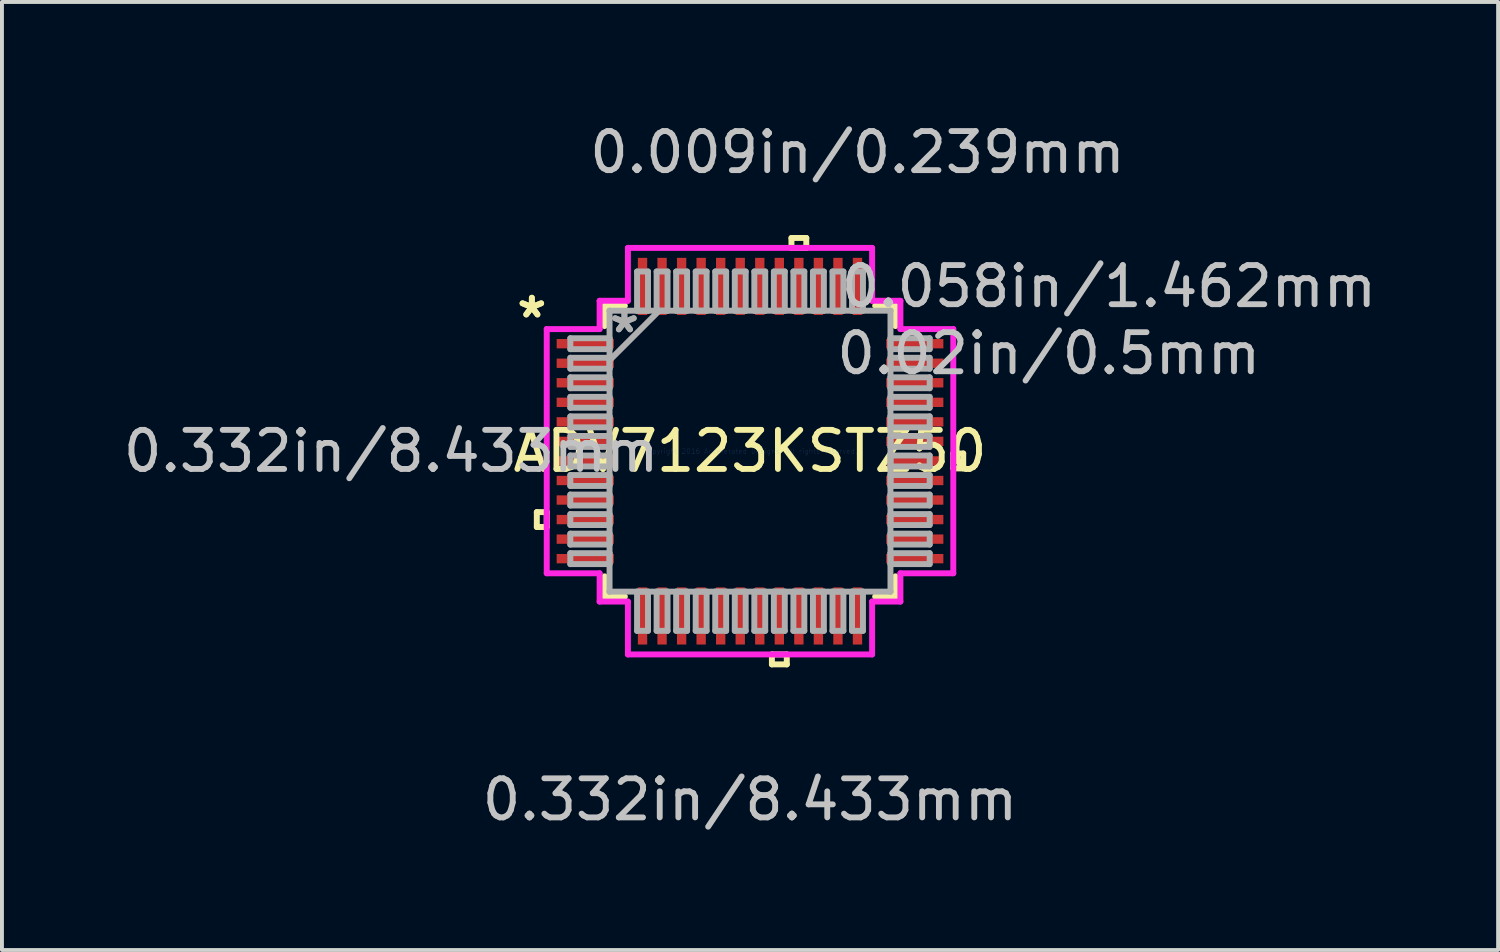
<source format=kicad_pcb>
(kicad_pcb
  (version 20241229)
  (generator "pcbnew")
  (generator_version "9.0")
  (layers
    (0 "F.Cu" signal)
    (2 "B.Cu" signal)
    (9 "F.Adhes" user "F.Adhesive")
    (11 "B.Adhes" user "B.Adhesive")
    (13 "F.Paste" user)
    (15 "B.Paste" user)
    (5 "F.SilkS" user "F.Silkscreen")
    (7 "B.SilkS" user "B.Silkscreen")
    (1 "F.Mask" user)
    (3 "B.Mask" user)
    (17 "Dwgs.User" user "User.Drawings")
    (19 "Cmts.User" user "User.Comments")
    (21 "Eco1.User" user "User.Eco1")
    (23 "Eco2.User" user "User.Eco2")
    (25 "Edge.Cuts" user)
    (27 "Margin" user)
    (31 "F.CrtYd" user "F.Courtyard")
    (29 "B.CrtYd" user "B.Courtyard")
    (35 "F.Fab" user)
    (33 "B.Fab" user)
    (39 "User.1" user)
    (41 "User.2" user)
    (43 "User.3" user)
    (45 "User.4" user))
  (footprint "ADV7123KSTZ50"
    (layer "F.Cu")
    (at 16.14 8.494)
    (property "Reference" "ADV7123KSTZ50" (at 0 0 0) (layer "F.SilkS") (effects (font (size 1 1) (thickness 0.15))))
    (attr through_hole)
    (fp_line (start -5.455 1.559) (end -5.455 1.94) (stroke (width 0.152) (type solid)) (layer "F.SilkS"))
    (fp_line (start -5.455 1.94) (end -5.201 1.94) (stroke (width 0.152) (type solid)) (layer "F.SilkS"))
    (fp_line (start -5.201 1.559) (end -5.455 1.559) (stroke (width 0.152) (type solid)) (layer "F.SilkS"))
    (fp_line (start -5.201 1.94) (end -5.201 1.559) (stroke (width 0.152) (type solid)) (layer "F.SilkS"))
    (fp_line (start -3.721 -3.721) (end -3.721 -3.202) (stroke (width 0.152) (type solid)) (layer "F.SilkS"))
    (fp_line (start -3.721 3.202) (end -3.721 3.721) (stroke (width 0.152) (type solid)) (layer "F.SilkS"))
    (fp_line (start -3.721 3.721) (end -3.202 3.721) (stroke (width 0.152) (type solid)) (layer "F.SilkS"))
    (fp_line (start -3.202 -3.721) (end -3.721 -3.721) (stroke (width 0.152) (type solid)) (layer "F.SilkS"))
    (fp_line (start 0.56 5.201) (end 0.56 5.455) (stroke (width 0.152) (type solid)) (layer "F.SilkS"))
    (fp_line (start 0.56 5.455) (end 0.941 5.455) (stroke (width 0.152) (type solid)) (layer "F.SilkS"))
    (fp_line (start 0.941 5.201) (end 0.56 5.201) (stroke (width 0.152) (type solid)) (layer "F.SilkS"))
    (fp_line (start 0.941 5.455) (end 0.941 5.201) (stroke (width 0.152) (type solid)) (layer "F.SilkS"))
    (fp_line (start 1.06 -5.455) (end 1.44 -5.455) (stroke (width 0.152) (type solid)) (layer "F.SilkS"))
    (fp_line (start 1.06 -5.201) (end 1.06 -5.455) (stroke (width 0.152) (type solid)) (layer "F.SilkS"))
    (fp_line (start 1.44 -5.455) (end 1.44 -5.201) (stroke (width 0.152) (type solid)) (layer "F.SilkS"))
    (fp_line (start 1.44 -5.201) (end 1.06 -5.201) (stroke (width 0.152) (type solid)) (layer "F.SilkS"))
    (fp_line (start 3.202 3.721) (end 3.721 3.721) (stroke (width 0.152) (type solid)) (layer "F.SilkS"))
    (fp_line (start 3.721 -3.721) (end 3.202 -3.721) (stroke (width 0.152) (type solid)) (layer "F.SilkS"))
    (fp_line (start 3.721 -3.202) (end 3.721 -3.721) (stroke (width 0.152) (type solid)) (layer "F.SilkS"))
    (fp_line (start 3.721 3.721) (end 3.721 3.202) (stroke (width 0.152) (type solid)) (layer "F.SilkS"))
    (fp_line (start 5.201 0.059) (end 5.455 0.059) (stroke (width 0.152) (type solid)) (layer "F.SilkS"))
    (fp_line (start 5.201 0.441) (end 5.201 0.059) (stroke (width 0.152) (type solid)) (layer "F.SilkS"))
    (fp_line (start 5.455 0.059) (end 5.455 0.441) (stroke (width 0.152) (type solid)) (layer "F.SilkS"))
    (fp_line (start 5.455 0.441) (end 5.201 0.441) (stroke (width 0.152) (type solid)) (layer "F.SilkS"))
    (fp_line (start -5.201 -3.124) (end -3.848 -3.124) (stroke (width 0.152) (type solid)) (layer "F.CrtYd"))
    (fp_line (start -5.201 3.124) (end -5.201 -3.124) (stroke (width 0.152) (type solid)) (layer "F.CrtYd"))
    (fp_line (start -3.848 -3.848) (end -3.124 -3.848) (stroke (width 0.152) (type solid)) (layer "F.CrtYd"))
    (fp_line (start -3.848 -3.124) (end -3.848 -3.848) (stroke (width 0.152) (type solid)) (layer "F.CrtYd"))
    (fp_line (start -3.848 3.124) (end -5.201 3.124) (stroke (width 0.152) (type solid)) (layer "F.CrtYd"))
    (fp_line (start -3.848 3.848) (end -3.848 3.124) (stroke (width 0.152) (type solid)) (layer "F.CrtYd"))
    (fp_line (start -3.124 -5.201) (end 3.124 -5.201) (stroke (width 0.152) (type solid)) (layer "F.CrtYd"))
    (fp_line (start -3.124 -3.848) (end -3.124 -5.201) (stroke (width 0.152) (type solid)) (layer "F.CrtYd"))
    (fp_line (start -3.124 3.848) (end -3.848 3.848) (stroke (width 0.152) (type solid)) (layer "F.CrtYd"))
    (fp_line (start -3.124 5.201) (end -3.124 3.848) (stroke (width 0.152) (type solid)) (layer "F.CrtYd"))
    (fp_line (start 3.124 -5.201) (end 3.124 -3.848) (stroke (width 0.152) (type solid)) (layer "F.CrtYd"))
    (fp_line (start 3.124 -3.848) (end 3.848 -3.848) (stroke (width 0.152) (type solid)) (layer "F.CrtYd"))
    (fp_line (start 3.124 3.848) (end 3.124 5.201) (stroke (width 0.152) (type solid)) (layer "F.CrtYd"))
    (fp_line (start 3.124 5.201) (end -3.124 5.201) (stroke (width 0.152) (type solid)) (layer "F.CrtYd"))
    (fp_line (start 3.848 -3.848) (end 3.848 -3.124) (stroke (width 0.152) (type solid)) (layer "F.CrtYd"))
    (fp_line (start 3.848 -3.124) (end 5.201 -3.124) (stroke (width 0.152) (type solid)) (layer "F.CrtYd"))
    (fp_line (start 3.848 3.124) (end 3.848 3.848) (stroke (width 0.152) (type solid)) (layer "F.CrtYd"))
    (fp_line (start 3.848 3.848) (end 3.124 3.848) (stroke (width 0.152) (type solid)) (layer "F.CrtYd"))
    (fp_line (start 5.201 -3.124) (end 5.201 3.124) (stroke (width 0.152) (type solid)) (layer "F.CrtYd"))
    (fp_line (start 5.201 3.124) (end 3.848 3.124) (stroke (width 0.152) (type solid)) (layer "F.CrtYd"))
    (fp_line (start -4.597 -2.89) (end -4.597 -2.61) (stroke (width 0.152) (type solid)) (layer "F.Fab"))
    (fp_line (start -4.597 -2.61) (end -3.594 -2.61) (stroke (width 0.152) (type solid)) (layer "F.Fab"))
    (fp_line (start -4.597 -2.39) (end -4.597 -2.11) (stroke (width 0.152) (type solid)) (layer "F.Fab"))
    (fp_line (start -4.597 -2.11) (end -3.594 -2.11) (stroke (width 0.152) (type solid)) (layer "F.Fab"))
    (fp_line (start -4.597 -1.89) (end -4.597 -1.61) (stroke (width 0.152) (type solid)) (layer "F.Fab"))
    (fp_line (start -4.597 -1.61) (end -3.594 -1.61) (stroke (width 0.152) (type solid)) (layer "F.Fab"))
    (fp_line (start -4.597 -1.39) (end -4.597 -1.11) (stroke (width 0.152) (type solid)) (layer "F.Fab"))
    (fp_line (start -4.597 -1.11) (end -3.594 -1.11) (stroke (width 0.152) (type solid)) (layer "F.Fab"))
    (fp_line (start -4.597 -0.89) (end -4.597 -0.61) (stroke (width 0.152) (type solid)) (layer "F.Fab"))
    (fp_line (start -4.597 -0.61) (end -3.594 -0.61) (stroke (width 0.152) (type solid)) (layer "F.Fab"))
    (fp_line (start -4.597 -0.39) (end -4.597 -0.11) (stroke (width 0.152) (type solid)) (layer "F.Fab"))
    (fp_line (start -4.597 -0.11) (end -3.594 -0.11) (stroke (width 0.152) (type solid)) (layer "F.Fab"))
    (fp_line (start -4.597 0.11) (end -4.597 0.39) (stroke (width 0.152) (type solid)) (layer "F.Fab"))
    (fp_line (start -4.597 0.39) (end -3.594 0.39) (stroke (width 0.152) (type solid)) (layer "F.Fab"))
    (fp_line (start -4.597 0.61) (end -4.597 0.89) (stroke (width 0.152) (type solid)) (layer "F.Fab"))
    (fp_line (start -4.597 0.89) (end -3.594 0.89) (stroke (width 0.152) (type solid)) (layer "F.Fab"))
    (fp_line (start -4.597 1.11) (end -4.597 1.39) (stroke (width 0.152) (type solid)) (layer "F.Fab"))
    (fp_line (start -4.597 1.39) (end -3.594 1.39) (stroke (width 0.152) (type solid)) (layer "F.Fab"))
    (fp_line (start -4.597 1.61) (end -4.597 1.89) (stroke (width 0.152) (type solid)) (layer "F.Fab"))
    (fp_line (start -4.597 1.89) (end -3.594 1.89) (stroke (width 0.152) (type solid)) (layer "F.Fab"))
    (fp_line (start -4.597 2.11) (end -4.597 2.39) (stroke (width 0.152) (type solid)) (layer "F.Fab"))
    (fp_line (start -4.597 2.39) (end -3.594 2.39) (stroke (width 0.152) (type solid)) (layer "F.Fab"))
    (fp_line (start -4.597 2.61) (end -4.597 2.89) (stroke (width 0.152) (type solid)) (layer "F.Fab"))
    (fp_line (start -4.597 2.89) (end -3.594 2.89) (stroke (width 0.152) (type solid)) (layer "F.Fab"))
    (fp_line (start -3.594 -3.594) (end -3.594 -3.594) (stroke (width 0.152) (type solid)) (layer "F.Fab"))
    (fp_line (start -3.594 -3.594) (end -3.594 3.594) (stroke (width 0.152) (type solid)) (layer "F.Fab"))
    (fp_line (start -3.594 -2.89) (end -4.597 -2.89) (stroke (width 0.152) (type solid)) (layer "F.Fab"))
    (fp_line (start -3.594 -2.61) (end -3.594 -2.89) (stroke (width 0.152) (type solid)) (layer "F.Fab"))
    (fp_line (start -3.594 -2.39) (end -4.597 -2.39) (stroke (width 0.152) (type solid)) (layer "F.Fab"))
    (fp_line (start -3.594 -2.324) (end -2.324 -3.594) (stroke (width 0.152) (type solid)) (layer "F.Fab"))
    (fp_line (start -3.594 -2.11) (end -3.594 -2.39) (stroke (width 0.152) (type solid)) (layer "F.Fab"))
    (fp_line (start -3.594 -1.89) (end -4.597 -1.89) (stroke (width 0.152) (type solid)) (layer "F.Fab"))
    (fp_line (start -3.594 -1.61) (end -3.594 -1.89) (stroke (width 0.152) (type solid)) (layer "F.Fab"))
    (fp_line (start -3.594 -1.39) (end -4.597 -1.39) (stroke (width 0.152) (type solid)) (layer "F.Fab"))
    (fp_line (start -3.594 -1.11) (end -3.594 -1.39) (stroke (width 0.152) (type solid)) (layer "F.Fab"))
    (fp_line (start -3.594 -0.89) (end -4.597 -0.89) (stroke (width 0.152) (type solid)) (layer "F.Fab"))
    (fp_line (start -3.594 -0.61) (end -3.594 -0.89) (stroke (width 0.152) (type solid)) (layer "F.Fab"))
    (fp_line (start -3.594 -0.39) (end -4.597 -0.39) (stroke (width 0.152) (type solid)) (layer "F.Fab"))
    (fp_line (start -3.594 -0.11) (end -3.594 -0.39) (stroke (width 0.152) (type solid)) (layer "F.Fab"))
    (fp_line (start -3.594 0.11) (end -4.597 0.11) (stroke (width 0.152) (type solid)) (layer "F.Fab"))
    (fp_line (start -3.594 0.39) (end -3.594 0.11) (stroke (width 0.152) (type solid)) (layer "F.Fab"))
    (fp_line (start -3.594 0.61) (end -4.597 0.61) (stroke (width 0.152) (type solid)) (layer "F.Fab"))
    (fp_line (start -3.594 0.89) (end -3.594 0.61) (stroke (width 0.152) (type solid)) (layer "F.Fab"))
    (fp_line (start -3.594 1.11) (end -4.597 1.11) (stroke (width 0.152) (type solid)) (layer "F.Fab"))
    (fp_line (start -3.594 1.39) (end -3.594 1.11) (stroke (width 0.152) (type solid)) (layer "F.Fab"))
    (fp_line (start -3.594 1.61) (end -4.597 1.61) (stroke (width 0.152) (type solid)) (layer "F.Fab"))
    (fp_line (start -3.594 1.89) (end -3.594 1.61) (stroke (width 0.152) (type solid)) (layer "F.Fab"))
    (fp_line (start -3.594 2.11) (end -4.597 2.11) (stroke (width 0.152) (type solid)) (layer "F.Fab"))
    (fp_line (start -3.594 2.39) (end -3.594 2.11) (stroke (width 0.152) (type solid)) (layer "F.Fab"))
    (fp_line (start -3.594 2.61) (end -4.597 2.61) (stroke (width 0.152) (type solid)) (layer "F.Fab"))
    (fp_line (start -3.594 2.89) (end -3.594 2.61) (stroke (width 0.152) (type solid)) (layer "F.Fab"))
    (fp_line (start -3.594 3.594) (end -3.594 3.594) (stroke (width 0.152) (type solid)) (layer "F.Fab"))
    (fp_line (start -3.594 3.594) (end 3.594 3.594) (stroke (width 0.152) (type solid)) (layer "F.Fab"))
    (fp_line (start -2.89 -4.597) (end -2.89 -3.594) (stroke (width 0.152) (type solid)) (layer "F.Fab"))
    (fp_line (start -2.89 -3.594) (end -2.61 -3.594) (stroke (width 0.152) (type solid)) (layer "F.Fab"))
    (fp_line (start -2.89 3.594) (end -2.89 4.597) (stroke (width 0.152) (type solid)) (layer "F.Fab"))
    (fp_line (start -2.89 4.597) (end -2.61 4.597) (stroke (width 0.152) (type solid)) (layer "F.Fab"))
    (fp_line (start -2.61 -4.597) (end -2.89 -4.597) (stroke (width 0.152) (type solid)) (layer "F.Fab"))
    (fp_line (start -2.61 -3.594) (end -2.61 -4.597) (stroke (width 0.152) (type solid)) (layer "F.Fab"))
    (fp_line (start -2.61 3.594) (end -2.89 3.594) (stroke (width 0.152) (type solid)) (layer "F.Fab"))
    (fp_line (start -2.61 4.597) (end -2.61 3.594) (stroke (width 0.152) (type solid)) (layer "F.Fab"))
    (fp_line (start -2.39 -4.597) (end -2.39 -3.594) (stroke (width 0.152) (type solid)) (layer "F.Fab"))
    (fp_line (start -2.39 -3.594) (end -2.11 -3.594) (stroke (width 0.152) (type solid)) (layer "F.Fab"))
    (fp_line (start -2.39 3.594) (end -2.39 4.597) (stroke (width 0.152) (type solid)) (layer "F.Fab"))
    (fp_line (start -2.39 4.597) (end -2.11 4.597) (stroke (width 0.152) (type solid)) (layer "F.Fab"))
    (fp_line (start -2.11 -4.597) (end -2.39 -4.597) (stroke (width 0.152) (type solid)) (layer "F.Fab"))
    (fp_line (start -2.11 -3.594) (end -2.11 -4.597) (stroke (width 0.152) (type solid)) (layer "F.Fab"))
    (fp_line (start -2.11 3.594) (end -2.39 3.594) (stroke (width 0.152) (type solid)) (layer "F.Fab"))
    (fp_line (start -2.11 4.597) (end -2.11 3.594) (stroke (width 0.152) (type solid)) (layer "F.Fab"))
    (fp_line (start -1.89 -4.597) (end -1.89 -3.594) (stroke (width 0.152) (type solid)) (layer "F.Fab"))
    (fp_line (start -1.89 -3.594) (end -1.61 -3.594) (stroke (width 0.152) (type solid)) (layer "F.Fab"))
    (fp_line (start -1.89 3.594) (end -1.89 4.597) (stroke (width 0.152) (type solid)) (layer "F.Fab"))
    (fp_line (start -1.89 4.597) (end -1.61 4.597) (stroke (width 0.152) (type solid)) (layer "F.Fab"))
    (fp_line (start -1.61 -4.597) (end -1.89 -4.597) (stroke (width 0.152) (type solid)) (layer "F.Fab"))
    (fp_line (start -1.61 -3.594) (end -1.61 -4.597) (stroke (width 0.152) (type solid)) (layer "F.Fab"))
    (fp_line (start -1.61 3.594) (end -1.89 3.594) (stroke (width 0.152) (type solid)) (layer "F.Fab"))
    (fp_line (start -1.61 4.597) (end -1.61 3.594) (stroke (width 0.152) (type solid)) (layer "F.Fab"))
    (fp_line (start -1.39 -4.597) (end -1.39 -3.594) (stroke (width 0.152) (type solid)) (layer "F.Fab"))
    (fp_line (start -1.39 -3.594) (end -1.11 -3.594) (stroke (width 0.152) (type solid)) (layer "F.Fab"))
    (fp_line (start -1.39 3.594) (end -1.39 4.597) (stroke (width 0.152) (type solid)) (layer "F.Fab"))
    (fp_line (start -1.39 4.597) (end -1.11 4.597) (stroke (width 0.152) (type solid)) (layer "F.Fab"))
    (fp_line (start -1.11 -4.597) (end -1.39 -4.597) (stroke (width 0.152) (type solid)) (layer "F.Fab"))
    (fp_line (start -1.11 -3.594) (end -1.11 -4.597) (stroke (width 0.152) (type solid)) (layer "F.Fab"))
    (fp_line (start -1.11 3.594) (end -1.39 3.594) (stroke (width 0.152) (type solid)) (layer "F.Fab"))
    (fp_line (start -1.11 4.597) (end -1.11 3.594) (stroke (width 0.152) (type solid)) (layer "F.Fab"))
    (fp_line (start -0.89 -4.597) (end -0.89 -3.594) (stroke (width 0.152) (type solid)) (layer "F.Fab"))
    (fp_line (start -0.89 -3.594) (end -0.61 -3.594) (stroke (width 0.152) (type solid)) (layer "F.Fab"))
    (fp_line (start -0.89 3.594) (end -0.89 4.597) (stroke (width 0.152) (type solid)) (layer "F.Fab"))
    (fp_line (start -0.89 4.597) (end -0.61 4.597) (stroke (width 0.152) (type solid)) (layer "F.Fab"))
    (fp_line (start -0.61 -4.597) (end -0.89 -4.597) (stroke (width 0.152) (type solid)) (layer "F.Fab"))
    (fp_line (start -0.61 -3.594) (end -0.61 -4.597) (stroke (width 0.152) (type solid)) (layer "F.Fab"))
    (fp_line (start -0.61 3.594) (end -0.89 3.594) (stroke (width 0.152) (type solid)) (layer "F.Fab"))
    (fp_line (start -0.61 4.597) (end -0.61 3.594) (stroke (width 0.152) (type solid)) (layer "F.Fab"))
    (fp_line (start -0.39 -4.597) (end -0.39 -3.594) (stroke (width 0.152) (type solid)) (layer "F.Fab"))
    (fp_line (start -0.39 -3.594) (end -0.11 -3.594) (stroke (width 0.152) (type solid)) (layer "F.Fab"))
    (fp_line (start -0.39 3.594) (end -0.39 4.597) (stroke (width 0.152) (type solid)) (layer "F.Fab"))
    (fp_line (start -0.39 4.597) (end -0.11 4.597) (stroke (width 0.152) (type solid)) (layer "F.Fab"))
    (fp_line (start -0.11 -4.597) (end -0.39 -4.597) (stroke (width 0.152) (type solid)) (layer "F.Fab"))
    (fp_line (start -0.11 -3.594) (end -0.11 -4.597) (stroke (width 0.152) (type solid)) (layer "F.Fab"))
    (fp_line (start -0.11 3.594) (end -0.39 3.594) (stroke (width 0.152) (type solid)) (layer "F.Fab"))
    (fp_line (start -0.11 4.597) (end -0.11 3.594) (stroke (width 0.152) (type solid)) (layer "F.Fab"))
    (fp_line (start 0.11 -4.597) (end 0.11 -3.594) (stroke (width 0.152) (type solid)) (layer "F.Fab"))
    (fp_line (start 0.11 -3.594) (end 0.39 -3.594) (stroke (width 0.152) (type solid)) (layer "F.Fab"))
    (fp_line (start 0.11 3.594) (end 0.11 4.597) (stroke (width 0.152) (type solid)) (layer "F.Fab"))
    (fp_line (start 0.11 4.597) (end 0.39 4.597) (stroke (width 0.152) (type solid)) (layer "F.Fab"))
    (fp_line (start 0.39 -4.597) (end 0.11 -4.597) (stroke (width 0.152) (type solid)) (layer "F.Fab"))
    (fp_line (start 0.39 -3.594) (end 0.39 -4.597) (stroke (width 0.152) (type solid)) (layer "F.Fab"))
    (fp_line (start 0.39 3.594) (end 0.11 3.594) (stroke (width 0.152) (type solid)) (layer "F.Fab"))
    (fp_line (start 0.39 4.597) (end 0.39 3.594) (stroke (width 0.152) (type solid)) (layer "F.Fab"))
    (fp_line (start 0.61 -4.597) (end 0.61 -3.594) (stroke (width 0.152) (type solid)) (layer "F.Fab"))
    (fp_line (start 0.61 -3.594) (end 0.89 -3.594) (stroke (width 0.152) (type solid)) (layer "F.Fab"))
    (fp_line (start 0.61 3.594) (end 0.61 4.597) (stroke (width 0.152) (type solid)) (layer "F.Fab"))
    (fp_line (start 0.61 4.597) (end 0.89 4.597) (stroke (width 0.152) (type solid)) (layer "F.Fab"))
    (fp_line (start 0.89 -4.597) (end 0.61 -4.597) (stroke (width 0.152) (type solid)) (layer "F.Fab"))
    (fp_line (start 0.89 -3.594) (end 0.89 -4.597) (stroke (width 0.152) (type solid)) (layer "F.Fab"))
    (fp_line (start 0.89 3.594) (end 0.61 3.594) (stroke (width 0.152) (type solid)) (layer "F.Fab"))
    (fp_line (start 0.89 4.597) (end 0.89 3.594) (stroke (width 0.152) (type solid)) (layer "F.Fab"))
    (fp_line (start 1.11 -4.597) (end 1.11 -3.594) (stroke (width 0.152) (type solid)) (layer "F.Fab"))
    (fp_line (start 1.11 -3.594) (end 1.39 -3.594) (stroke (width 0.152) (type solid)) (layer "F.Fab"))
    (fp_line (start 1.11 3.594) (end 1.11 4.597) (stroke (width 0.152) (type solid)) (layer "F.Fab"))
    (fp_line (start 1.11 4.597) (end 1.39 4.597) (stroke (width 0.152) (type solid)) (layer "F.Fab"))
    (fp_line (start 1.39 -4.597) (end 1.11 -4.597) (stroke (width 0.152) (type solid)) (layer "F.Fab"))
    (fp_line (start 1.39 -3.594) (end 1.39 -4.597) (stroke (width 0.152) (type solid)) (layer "F.Fab"))
    (fp_line (start 1.39 3.594) (end 1.11 3.594) (stroke (width 0.152) (type solid)) (layer "F.Fab"))
    (fp_line (start 1.39 4.597) (end 1.39 3.594) (stroke (width 0.152) (type solid)) (layer "F.Fab"))
    (fp_line (start 1.61 -4.597) (end 1.61 -3.594) (stroke (width 0.152) (type solid)) (layer "F.Fab"))
    (fp_line (start 1.61 -3.594) (end 1.89 -3.594) (stroke (width 0.152) (type solid)) (layer "F.Fab"))
    (fp_line (start 1.61 3.594) (end 1.61 4.597) (stroke (width 0.152) (type solid)) (layer "F.Fab"))
    (fp_line (start 1.61 4.597) (end 1.89 4.597) (stroke (width 0.152) (type solid)) (layer "F.Fab"))
    (fp_line (start 1.89 -4.597) (end 1.61 -4.597) (stroke (width 0.152) (type solid)) (layer "F.Fab"))
    (fp_line (start 1.89 -3.594) (end 1.89 -4.597) (stroke (width 0.152) (type solid)) (layer "F.Fab"))
    (fp_line (start 1.89 3.594) (end 1.61 3.594) (stroke (width 0.152) (type solid)) (layer "F.Fab"))
    (fp_line (start 1.89 4.597) (end 1.89 3.594) (stroke (width 0.152) (type solid)) (layer "F.Fab"))
    (fp_line (start 2.11 -4.597) (end 2.11 -3.594) (stroke (width 0.152) (type solid)) (layer "F.Fab"))
    (fp_line (start 2.11 -3.594) (end 2.39 -3.594) (stroke (width 0.152) (type solid)) (layer "F.Fab"))
    (fp_line (start 2.11 3.594) (end 2.11 4.597) (stroke (width 0.152) (type solid)) (layer "F.Fab"))
    (fp_line (start 2.11 4.597) (end 2.39 4.597) (stroke (width 0.152) (type solid)) (layer "F.Fab"))
    (fp_line (start 2.39 -4.597) (end 2.11 -4.597) (stroke (width 0.152) (type solid)) (layer "F.Fab"))
    (fp_line (start 2.39 -3.594) (end 2.39 -4.597) (stroke (width 0.152) (type solid)) (layer "F.Fab"))
    (fp_line (start 2.39 3.594) (end 2.11 3.594) (stroke (width 0.152) (type solid)) (layer "F.Fab"))
    (fp_line (start 2.39 4.597) (end 2.39 3.594) (stroke (width 0.152) (type solid)) (layer "F.Fab"))
    (fp_line (start 2.61 -4.597) (end 2.61 -3.594) (stroke (width 0.152) (type solid)) (layer "F.Fab"))
    (fp_line (start 2.61 -3.594) (end 2.89 -3.594) (stroke (width 0.152) (type solid)) (layer "F.Fab"))
    (fp_line (start 2.61 3.594) (end 2.61 4.597) (stroke (width 0.152) (type solid)) (layer "F.Fab"))
    (fp_line (start 2.61 4.597) (end 2.89 4.597) (stroke (width 0.152) (type solid)) (layer "F.Fab"))
    (fp_line (start 2.89 -4.597) (end 2.61 -4.597) (stroke (width 0.152) (type solid)) (layer "F.Fab"))
    (fp_line (start 2.89 -3.594) (end 2.89 -4.597) (stroke (width 0.152) (type solid)) (layer "F.Fab"))
    (fp_line (start 2.89 3.594) (end 2.61 3.594) (stroke (width 0.152) (type solid)) (layer "F.Fab"))
    (fp_line (start 2.89 4.597) (end 2.89 3.594) (stroke (width 0.152) (type solid)) (layer "F.Fab"))
    (fp_line (start 3.594 -3.594) (end -3.594 -3.594) (stroke (width 0.152) (type solid)) (layer "F.Fab"))
    (fp_line (start 3.594 -3.594) (end 3.594 -3.594) (stroke (width 0.152) (type solid)) (layer "F.Fab"))
    (fp_line (start 3.594 -2.89) (end 3.594 -2.61) (stroke (width 0.152) (type solid)) (layer "F.Fab"))
    (fp_line (start 3.594 -2.61) (end 4.597 -2.61) (stroke (width 0.152) (type solid)) (layer "F.Fab"))
    (fp_line (start 3.594 -2.39) (end 3.594 -2.11) (stroke (width 0.152) (type solid)) (layer "F.Fab"))
    (fp_line (start 3.594 -2.11) (end 4.597 -2.11) (stroke (width 0.152) (type solid)) (layer "F.Fab"))
    (fp_line (start 3.594 -1.89) (end 3.594 -1.61) (stroke (width 0.152) (type solid)) (layer "F.Fab"))
    (fp_line (start 3.594 -1.61) (end 4.597 -1.61) (stroke (width 0.152) (type solid)) (layer "F.Fab"))
    (fp_line (start 3.594 -1.39) (end 3.594 -1.11) (stroke (width 0.152) (type solid)) (layer "F.Fab"))
    (fp_line (start 3.594 -1.11) (end 4.597 -1.11) (stroke (width 0.152) (type solid)) (layer "F.Fab"))
    (fp_line (start 3.594 -0.89) (end 3.594 -0.61) (stroke (width 0.152) (type solid)) (layer "F.Fab"))
    (fp_line (start 3.594 -0.61) (end 4.597 -0.61) (stroke (width 0.152) (type solid)) (layer "F.Fab"))
    (fp_line (start 3.594 -0.39) (end 3.594 -0.11) (stroke (width 0.152) (type solid)) (layer "F.Fab"))
    (fp_line (start 3.594 -0.11) (end 4.597 -0.11) (stroke (width 0.152) (type solid)) (layer "F.Fab"))
    (fp_line (start 3.594 0.11) (end 3.594 0.39) (stroke (width 0.152) (type solid)) (layer "F.Fab"))
    (fp_line (start 3.594 0.39) (end 4.597 0.39) (stroke (width 0.152) (type solid)) (layer "F.Fab"))
    (fp_line (start 3.594 0.61) (end 3.594 0.89) (stroke (width 0.152) (type solid)) (layer "F.Fab"))
    (fp_line (start 3.594 0.89) (end 4.597 0.89) (stroke (width 0.152) (type solid)) (layer "F.Fab"))
    (fp_line (start 3.594 1.11) (end 3.594 1.39) (stroke (width 0.152) (type solid)) (layer "F.Fab"))
    (fp_line (start 3.594 1.39) (end 4.597 1.39) (stroke (width 0.152) (type solid)) (layer "F.Fab"))
    (fp_line (start 3.594 1.61) (end 3.594 1.89) (stroke (width 0.152) (type solid)) (layer "F.Fab"))
    (fp_line (start 3.594 1.89) (end 4.597 1.89) (stroke (width 0.152) (type solid)) (layer "F.Fab"))
    (fp_line (start 3.594 2.11) (end 3.594 2.39) (stroke (width 0.152) (type solid)) (layer "F.Fab"))
    (fp_line (start 3.594 2.39) (end 4.597 2.39) (stroke (width 0.152) (type solid)) (layer "F.Fab"))
    (fp_line (start 3.594 2.61) (end 3.594 2.89) (stroke (width 0.152) (type solid)) (layer "F.Fab"))
    (fp_line (start 3.594 2.89) (end 4.597 2.89) (stroke (width 0.152) (type solid)) (layer "F.Fab"))
    (fp_line (start 3.594 3.594) (end 3.594 -3.594) (stroke (width 0.152) (type solid)) (layer "F.Fab"))
    (fp_line (start 3.594 3.594) (end 3.594 3.594) (stroke (width 0.152) (type solid)) (layer "F.Fab"))
    (fp_line (start 4.597 -2.89) (end 3.594 -2.89) (stroke (width 0.152) (type solid)) (layer "F.Fab"))
    (fp_line (start 4.597 -2.61) (end 4.597 -2.89) (stroke (width 0.152) (type solid)) (layer "F.Fab"))
    (fp_line (start 4.597 -2.39) (end 3.594 -2.39) (stroke (width 0.152) (type solid)) (layer "F.Fab"))
    (fp_line (start 4.597 -2.11) (end 4.597 -2.39) (stroke (width 0.152) (type solid)) (layer "F.Fab"))
    (fp_line (start 4.597 -1.89) (end 3.594 -1.89) (stroke (width 0.152) (type solid)) (layer "F.Fab"))
    (fp_line (start 4.597 -1.61) (end 4.597 -1.89) (stroke (width 0.152) (type solid)) (layer "F.Fab"))
    (fp_line (start 4.597 -1.39) (end 3.594 -1.39) (stroke (width 0.152) (type solid)) (layer "F.Fab"))
    (fp_line (start 4.597 -1.11) (end 4.597 -1.39) (stroke (width 0.152) (type solid)) (layer "F.Fab"))
    (fp_line (start 4.597 -0.89) (end 3.594 -0.89) (stroke (width 0.152) (type solid)) (layer "F.Fab"))
    (fp_line (start 4.597 -0.61) (end 4.597 -0.89) (stroke (width 0.152) (type solid)) (layer "F.Fab"))
    (fp_line (start 4.597 -0.39) (end 3.594 -0.39) (stroke (width 0.152) (type solid)) (layer "F.Fab"))
    (fp_line (start 4.597 -0.11) (end 4.597 -0.39) (stroke (width 0.152) (type solid)) (layer "F.Fab"))
    (fp_line (start 4.597 0.11) (end 3.594 0.11) (stroke (width 0.152) (type solid)) (layer "F.Fab"))
    (fp_line (start 4.597 0.39) (end 4.597 0.11) (stroke (width 0.152) (type solid)) (layer "F.Fab"))
    (fp_line (start 4.597 0.61) (end 3.594 0.61) (stroke (width 0.152) (type solid)) (layer "F.Fab"))
    (fp_line (start 4.597 0.89) (end 4.597 0.61) (stroke (width 0.152) (type solid)) (layer "F.Fab"))
    (fp_line (start 4.597 1.11) (end 3.594 1.11) (stroke (width 0.152) (type solid)) (layer "F.Fab"))
    (fp_line (start 4.597 1.39) (end 4.597 1.11) (stroke (width 0.152) (type solid)) (layer "F.Fab"))
    (fp_line (start 4.597 1.61) (end 3.594 1.61) (stroke (width 0.152) (type solid)) (layer "F.Fab"))
    (fp_line (start 4.597 1.89) (end 4.597 1.61) (stroke (width 0.152) (type solid)) (layer "F.Fab"))
    (fp_line (start 4.597 2.11) (end 3.594 2.11) (stroke (width 0.152) (type solid)) (layer "F.Fab"))
    (fp_line (start 4.597 2.39) (end 4.597 2.11) (stroke (width 0.152) (type solid)) (layer "F.Fab"))
    (fp_line (start 4.597 2.61) (end 3.594 2.61) (stroke (width 0.152) (type solid)) (layer "F.Fab"))
    (fp_line (start 4.597 2.89) (end 4.597 2.61) (stroke (width 0.152) (type solid)) (layer "F.Fab"))
    (fp_text user "*" (at -5.582 -3.381 0) (layer "F.SilkS") (effects (font (size 1 1) (thickness 0.15))))
    (fp_text user "*" (at -5.582 -3.381 0) (layer "F.SilkS") (effects (font (size 1 1) (thickness 0.15))))
    (fp_text user "0.332in/8.433mm" (at -9.182 0 0) (layer "Dwgs.User") (effects (font (size 1 1) (thickness 0.15))))
    (fp_text user "0.009in/0.239mm" (at 2.75 -7.645 0) (layer "Dwgs.User") (effects (font (size 1 1) (thickness 0.15))))
    (fp_text user "0.02in/0.5mm" (at 7.645 -2.5 0) (layer "Dwgs.User") (effects (font (size 1 1) (thickness 0.15))))
    (fp_text user "0.058in/1.462mm" (at 9.182 -4.216 0) (layer "Dwgs.User") (effects (font (size 1 1) (thickness 0.15))))
    (fp_text user "0.332in/8.433mm" (at 0 8.915 0) (layer "Dwgs.User") (effects (font (size 1 1) (thickness 0.15))))
    (fp_text user "Copyright 2016 Accelerated Designs. All rights reserved." (at 0 0 0) (layer "Cmts.User") (effects (font (size 0.127 0.127) (thickness 0.002))))
    (fp_text user "*" (at -3.213 -3 0) (layer "F.Fab") (effects (font (size 1 1) (thickness 0.15))))
    (fp_text user "*" (at -3.213 -3 0) (layer "F.Fab") (effects (font (size 1 1) (thickness 0.15))))
    (pad "1" smd rect (at -4.216 -2.75 90) (size 0.239 1.462) (layers "F.Cu" "F.Mask" "F.Paste"))
    (pad "2" smd rect (at -4.216 -2.25 90) (size 0.239 1.462) (layers "F.Cu" "F.Mask" "F.Paste"))
    (pad "3" smd rect (at -4.216 -1.75 90) (size 0.239 1.462) (layers "F.Cu" "F.Mask" "F.Paste"))
    (pad "4" smd rect (at -4.216 -1.25 90) (size 0.239 1.462) (layers "F.Cu" "F.Mask" "F.Paste"))
    (pad "5" smd rect (at -4.216 -0.75 90) (size 0.239 1.462) (layers "F.Cu" "F.Mask" "F.Paste"))
    (pad "6" smd rect (at -4.216 -0.25 90) (size 0.239 1.462) (layers "F.Cu" "F.Mask" "F.Paste"))
    (pad "7" smd rect (at -4.216 0.25 90) (size 0.239 1.462) (layers "F.Cu" "F.Mask" "F.Paste"))
    (pad "8" smd rect (at -4.216 0.75 90) (size 0.239 1.462) (layers "F.Cu" "F.Mask" "F.Paste"))
    (pad "9" smd rect (at -4.216 1.25 90) (size 0.239 1.462) (layers "F.Cu" "F.Mask" "F.Paste"))
    (pad "10" smd rect (at -4.216 1.75 90) (size 0.239 1.462) (layers "F.Cu" "F.Mask" "F.Paste"))
    (pad "11" smd rect (at -4.216 2.25 90) (size 0.239 1.462) (layers "F.Cu" "F.Mask" "F.Paste"))
    (pad "12" smd rect (at -4.216 2.75 90) (size 0.239 1.462) (layers "F.Cu" "F.Mask" "F.Paste"))
    (pad "13" smd rect (at -2.75 4.216) (size 0.239 1.462) (layers "F.Cu" "F.Mask" "F.Paste"))
    (pad "14" smd rect (at -2.25 4.216) (size 0.239 1.462) (layers "F.Cu" "F.Mask" "F.Paste"))
    (pad "15" smd rect (at -1.75 4.216) (size 0.239 1.462) (layers "F.Cu" "F.Mask" "F.Paste"))
    (pad "16" smd rect (at -1.25 4.216) (size 0.239 1.462) (layers "F.Cu" "F.Mask" "F.Paste"))
    (pad "17" smd rect (at -0.75 4.216) (size 0.239 1.462) (layers "F.Cu" "F.Mask" "F.Paste"))
    (pad "18" smd rect (at -0.25 4.216) (size 0.239 1.462) (layers "F.Cu" "F.Mask" "F.Paste"))
    (pad "19" smd rect (at 0.25 4.216) (size 0.239 1.462) (layers "F.Cu" "F.Mask" "F.Paste"))
    (pad "20" smd rect (at 0.75 4.216) (size 0.239 1.462) (layers "F.Cu" "F.Mask" "F.Paste"))
    (pad "21" smd rect (at 1.25 4.216) (size 0.239 1.462) (layers "F.Cu" "F.Mask" "F.Paste"))
    (pad "22" smd rect (at 1.75 4.216) (size 0.239 1.462) (layers "F.Cu" "F.Mask" "F.Paste"))
    (pad "23" smd rect (at 2.25 4.216) (size 0.239 1.462) (layers "F.Cu" "F.Mask" "F.Paste"))
    (pad "24" smd rect (at 2.75 4.216) (size 0.239 1.462) (layers "F.Cu" "F.Mask" "F.Paste"))
    (pad "25" smd rect (at 4.216 2.75 90) (size 0.239 1.462) (layers "F.Cu" "F.Mask" "F.Paste"))
    (pad "26" smd rect (at 4.216 2.25 90) (size 0.239 1.462) (layers "F.Cu" "F.Mask" "F.Paste"))
    (pad "27" smd rect (at 4.216 1.75 90) (size 0.239 1.462) (layers "F.Cu" "F.Mask" "F.Paste"))
    (pad "28" smd rect (at 4.216 1.25 90) (size 0.239 1.462) (layers "F.Cu" "F.Mask" "F.Paste"))
    (pad "29" smd rect (at 4.216 0.75 90) (size 0.239 1.462) (layers "F.Cu" "F.Mask" "F.Paste"))
    (pad "30" smd rect (at 4.216 0.25 90) (size 0.239 1.462) (layers "F.Cu" "F.Mask" "F.Paste"))
    (pad "31" smd rect (at 4.216 -0.25 90) (size 0.239 1.462) (layers "F.Cu" "F.Mask" "F.Paste"))
    (pad "32" smd rect (at 4.216 -0.75 90) (size 0.239 1.462) (layers "F.Cu" "F.Mask" "F.Paste"))
    (pad "33" smd rect (at 4.216 -1.25 90) (size 0.239 1.462) (layers "F.Cu" "F.Mask" "F.Paste"))
    (pad "34" smd rect (at 4.216 -1.75 90) (size 0.239 1.462) (layers "F.Cu" "F.Mask" "F.Paste"))
    (pad "35" smd rect (at 4.216 -2.25 90) (size 0.239 1.462) (layers "F.Cu" "F.Mask" "F.Paste"))
    (pad "36" smd rect (at 4.216 -2.75 90) (size 0.239 1.462) (layers "F.Cu" "F.Mask" "F.Paste"))
    (pad "37" smd rect (at 2.75 -4.216) (size 0.239 1.462) (layers "F.Cu" "F.Mask" "F.Paste"))
    (pad "38" smd rect (at 2.25 -4.216) (size 0.239 1.462) (layers "F.Cu" "F.Mask" "F.Paste"))
    (pad "39" smd rect (at 1.75 -4.216) (size 0.239 1.462) (layers "F.Cu" "F.Mask" "F.Paste"))
    (pad "40" smd rect (at 1.25 -4.216) (size 0.239 1.462) (layers "F.Cu" "F.Mask" "F.Paste"))
    (pad "41" smd rect (at 0.75 -4.216) (size 0.239 1.462) (layers "F.Cu" "F.Mask" "F.Paste"))
    (pad "42" smd rect (at 0.25 -4.216) (size 0.239 1.462) (layers "F.Cu" "F.Mask" "F.Paste"))
    (pad "43" smd rect (at -0.25 -4.216) (size 0.239 1.462) (layers "F.Cu" "F.Mask" "F.Paste"))
    (pad "44" smd rect (at -0.75 -4.216) (size 0.239 1.462) (layers "F.Cu" "F.Mask" "F.Paste"))
    (pad "45" smd rect (at -1.25 -4.216) (size 0.239 1.462) (layers "F.Cu" "F.Mask" "F.Paste"))
    (pad "46" smd rect (at -1.75 -4.216) (size 0.239 1.462) (layers "F.Cu" "F.Mask" "F.Paste"))
    (pad "47" smd rect (at -2.25 -4.216) (size 0.239 1.462) (layers "F.Cu" "F.Mask" "F.Paste"))
    (pad "48" smd rect (at -2.75 -4.216) (size 0.239 1.462) (layers "F.Cu" "F.Mask" "F.Paste")))
  (gr_rect
    (start -3 -3)
    (end 35.281 21.257)
    (stroke (width 0.1) (type default))
    (fill no)
    (layer "Edge.Cuts")))
</source>
